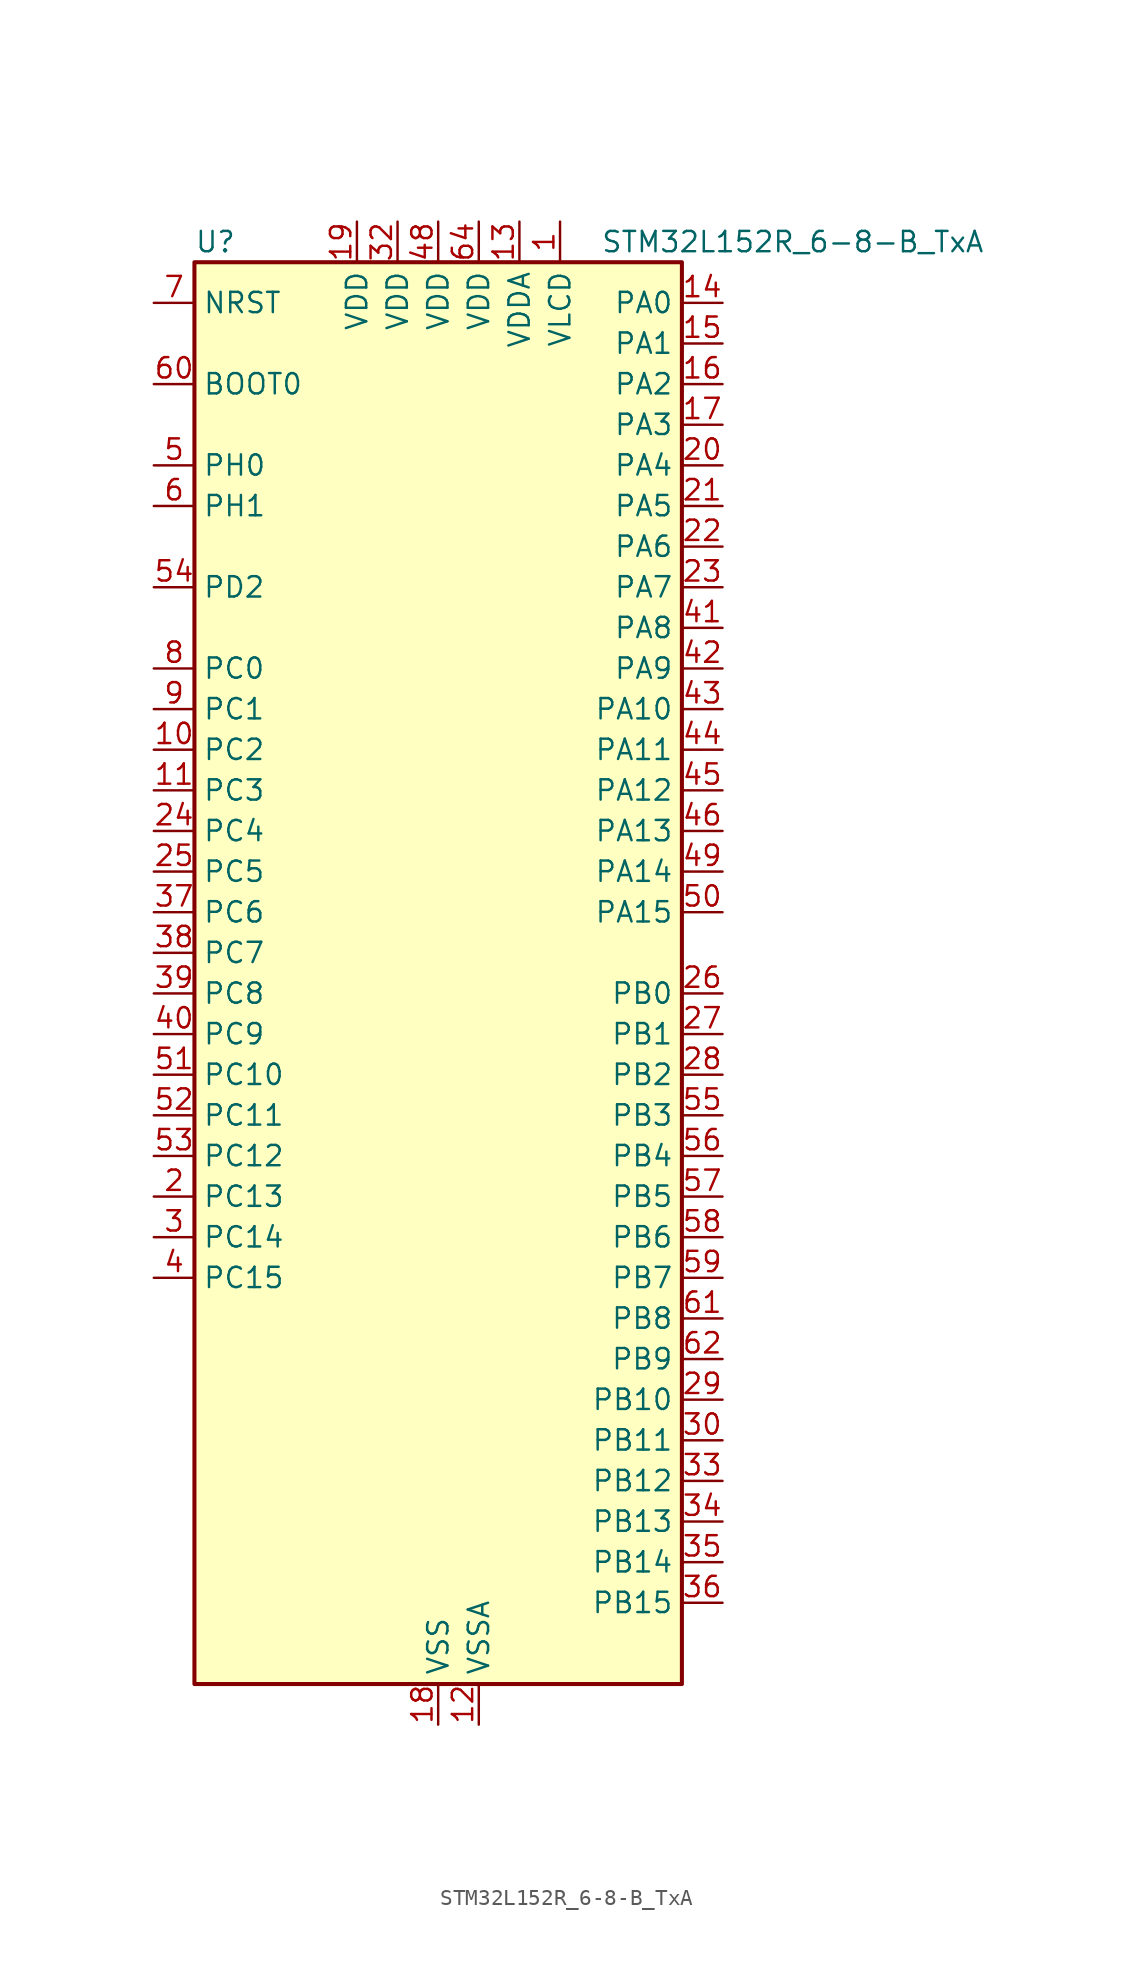
<source format=kicad_sym>
(kicad_symbol_lib
  (version 20231120)
  (generator "kicad_symbol_editor")
  (generator_version "8.0")
  (symbol "STM32L152R_6-8-B_TxA"
    (property "Reference" "U"
      (at -15.24 46.99 0)
      (effects (font (size 1.27 1.27)) (justify left)))
    (property "Value" "STM32L152R_6-8-B_TxA"
      (at 10.16 46.99 0)
      (effects (font (size 1.27 1.27)) (justify left)))
    (property "ki_locked" ""
      (at 0 0 0)
      (effects (font (size 1.27 1.27))))
    (symbol "STM32L152R_6-8-B_TxA_0_1"
      (rectangle (start -15.24 -43.18) (end 15.24 45.72) (stroke (width 0.254) (type default)) (fill (type background))))
    (symbol "STM32L152R_6-8-B_TxA_1_1"
      (pin power_in line (at 7.62 48.26 270) (length 2.54) (name "VLCD" (effects (font (size 1.27 1.27)))) (number "1" (effects (font (size 1.27 1.27)))))
      (pin bidirectional line (at -17.78 15.24 0) (length 2.54) (name "PC2" (effects (font (size 1.27 1.27)))) (number "10" (effects (font (size 1.27 1.27)))) (alternate "ADC_IN12" bidirectional line) (alternate "COMP1_INP" bidirectional line) (alternate "LCD_SEG20" bidirectional line) (alternate "TIMX_IC3" bidirectional line) (alternate "TS_G8_IO3" bidirectional line))
      (pin bidirectional line (at -17.78 12.7 0) (length 2.54) (name "PC3" (effects (font (size 1.27 1.27)))) (number "11" (effects (font (size 1.27 1.27)))) (alternate "ADC_IN13" bidirectional line) (alternate "COMP1_INP" bidirectional line) (alternate "LCD_SEG21" bidirectional line) (alternate "TIMX_IC4" bidirectional line) (alternate "TS_G8_IO4" bidirectional line))
      (pin power_in line (at 2.54 -45.72 90) (length 2.54) (name "VSSA" (effects (font (size 1.27 1.27)))) (number "12" (effects (font (size 1.27 1.27)))))
      (pin power_in line (at 5.08 48.26 270) (length 2.54) (name "VDDA" (effects (font (size 1.27 1.27)))) (number "13" (effects (font (size 1.27 1.27)))))
      (pin bidirectional line (at 17.78 43.18 180) (length 2.54) (name "PA0" (effects (font (size 1.27 1.27)))) (number "14" (effects (font (size 1.27 1.27)))) (alternate "ADC_IN0" bidirectional line) (alternate "COMP1_INP" bidirectional line) (alternate "RTC_TAMP2" bidirectional line) (alternate "SYS_WKUP1" bidirectional line) (alternate "TIM2_CH1" bidirectional line) (alternate "TIM2_ETR" bidirectional line) (alternate "TIMX_IC1" bidirectional line) (alternate "TS_G1_IO1" bidirectional line) (alternate "USART2_CTS" bidirectional line))
      (pin bidirectional line (at 17.78 40.64 180) (length 2.54) (name "PA1" (effects (font (size 1.27 1.27)))) (number "15" (effects (font (size 1.27 1.27)))) (alternate "ADC_IN1" bidirectional line) (alternate "COMP1_INP" bidirectional line) (alternate "LCD_SEG0" bidirectional line) (alternate "TIM2_CH2" bidirectional line) (alternate "TIMX_IC2" bidirectional line) (alternate "TS_G1_IO2" bidirectional line) (alternate "USART2_RTS" bidirectional line))
      (pin bidirectional line (at 17.78 38.1 180) (length 2.54) (name "PA2" (effects (font (size 1.27 1.27)))) (number "16" (effects (font (size 1.27 1.27)))) (alternate "ADC_IN2" bidirectional line) (alternate "COMP1_INP" bidirectional line) (alternate "LCD_SEG1" bidirectional line) (alternate "TIM2_CH3" bidirectional line) (alternate "TIM9_CH1" bidirectional line) (alternate "TIMX_IC3" bidirectional line) (alternate "TS_G1_IO3" bidirectional line) (alternate "USART2_TX" bidirectional line))
      (pin bidirectional line (at 17.78 35.56 180) (length 2.54) (name "PA3" (effects (font (size 1.27 1.27)))) (number "17" (effects (font (size 1.27 1.27)))) (alternate "ADC_IN3" bidirectional line) (alternate "COMP1_INP" bidirectional line) (alternate "LCD_SEG2" bidirectional line) (alternate "TIM2_CH4" bidirectional line) (alternate "TIM9_CH2" bidirectional line) (alternate "TIMX_IC4" bidirectional line) (alternate "TS_G1_IO4" bidirectional line) (alternate "USART2_RX" bidirectional line))
      (pin power_in line (at 0 -45.72 90) (length 2.54) (name "VSS" (effects (font (size 1.27 1.27)))) (number "18" (effects (font (size 1.27 1.27)))))
      (pin power_in line (at -5.08 48.26 270) (length 2.54) (name "VDD" (effects (font (size 1.27 1.27)))) (number "19" (effects (font (size 1.27 1.27)))))
      (pin bidirectional line (at -17.78 -12.7 0) (length 2.54) (name "PC13" (effects (font (size 1.27 1.27)))) (number "2" (effects (font (size 1.27 1.27)))) (alternate "RTC_OUT_ALARM" bidirectional line) (alternate "RTC_OUT_CALIB" bidirectional line) (alternate "RTC_TAMP1" bidirectional line) (alternate "RTC_TS" bidirectional line) (alternate "SYS_WKUP2" bidirectional line) (alternate "TIMX_IC2" bidirectional line))
      (pin bidirectional line (at 17.78 33.02 180) (length 2.54) (name "PA4" (effects (font (size 1.27 1.27)))) (number "20" (effects (font (size 1.27 1.27)))) (alternate "ADC_IN4" bidirectional line) (alternate "COMP1_INP" bidirectional line) (alternate "DAC_OUT1" bidirectional line) (alternate "SPI1_NSS" bidirectional line) (alternate "TIMX_IC1" bidirectional line) (alternate "USART2_CK" bidirectional line))
      (pin bidirectional line (at 17.78 30.48 180) (length 2.54) (name "PA5" (effects (font (size 1.27 1.27)))) (number "21" (effects (font (size 1.27 1.27)))) (alternate "ADC_IN5" bidirectional line) (alternate "COMP1_INP" bidirectional line) (alternate "DAC_OUT2" bidirectional line) (alternate "SPI1_SCK" bidirectional line) (alternate "TIM2_CH1" bidirectional line) (alternate "TIM2_ETR" bidirectional line) (alternate "TIMX_IC2" bidirectional line))
      (pin bidirectional line (at 17.78 27.94 180) (length 2.54) (name "PA6" (effects (font (size 1.27 1.27)))) (number "22" (effects (font (size 1.27 1.27)))) (alternate "ADC_IN6" bidirectional line) (alternate "COMP1_INP" bidirectional line) (alternate "LCD_SEG3" bidirectional line) (alternate "SPI1_MISO" bidirectional line) (alternate "TIM10_CH1" bidirectional line) (alternate "TIM3_CH1" bidirectional line) (alternate "TIMX_IC3" bidirectional line) (alternate "TS_G2_IO1" bidirectional line))
      (pin bidirectional line (at 17.78 25.4 180) (length 2.54) (name "PA7" (effects (font (size 1.27 1.27)))) (number "23" (effects (font (size 1.27 1.27)))) (alternate "ADC_IN7" bidirectional line) (alternate "COMP1_INP" bidirectional line) (alternate "LCD_SEG4" bidirectional line) (alternate "SPI1_MOSI" bidirectional line) (alternate "TIM11_CH1" bidirectional line) (alternate "TIM3_CH2" bidirectional line) (alternate "TIMX_IC4" bidirectional line) (alternate "TS_G2_IO2" bidirectional line))
      (pin bidirectional line (at -17.78 10.16 0) (length 2.54) (name "PC4" (effects (font (size 1.27 1.27)))) (number "24" (effects (font (size 1.27 1.27)))) (alternate "ADC_IN14" bidirectional line) (alternate "COMP1_INP" bidirectional line) (alternate "LCD_SEG22" bidirectional line) (alternate "TIMX_IC1" bidirectional line) (alternate "TS_G9_IO1" bidirectional line))
      (pin bidirectional line (at -17.78 7.62 0) (length 2.54) (name "PC5" (effects (font (size 1.27 1.27)))) (number "25" (effects (font (size 1.27 1.27)))) (alternate "ADC_IN15" bidirectional line) (alternate "COMP1_INP" bidirectional line) (alternate "LCD_SEG23" bidirectional line) (alternate "TIMX_IC2" bidirectional line) (alternate "TS_G9_IO2" bidirectional line))
      (pin bidirectional line (at 17.78 0 180) (length 2.54) (name "PB0" (effects (font (size 1.27 1.27)))) (number "26" (effects (font (size 1.27 1.27)))) (alternate "ADC_IN8" bidirectional line) (alternate "COMP1_INP" bidirectional line) (alternate "LCD_SEG5" bidirectional line) (alternate "SYS_V_REF_OUT" bidirectional line) (alternate "TIM3_CH3" bidirectional line) (alternate "TS_G3_IO1" bidirectional line))
      (pin bidirectional line (at 17.78 -2.54 180) (length 2.54) (name "PB1" (effects (font (size 1.27 1.27)))) (number "27" (effects (font (size 1.27 1.27)))) (alternate "ADC_IN9" bidirectional line) (alternate "COMP1_INP" bidirectional line) (alternate "LCD_SEG6" bidirectional line) (alternate "SYS_V_REF_OUT" bidirectional line) (alternate "TIM3_CH4" bidirectional line) (alternate "TS_G3_IO2" bidirectional line))
      (pin bidirectional line (at 17.78 -5.08 180) (length 2.54) (name "PB2" (effects (font (size 1.27 1.27)))) (number "28" (effects (font (size 1.27 1.27)))) (alternate "TS_G3_IO3" bidirectional line))
      (pin bidirectional line (at 17.78 -25.4 180) (length 2.54) (name "PB10" (effects (font (size 1.27 1.27)))) (number "29" (effects (font (size 1.27 1.27)))) (alternate "I2C2_SCL" bidirectional line) (alternate "LCD_SEG10" bidirectional line) (alternate "TIM2_CH3" bidirectional line) (alternate "USART3_TX" bidirectional line))
      (pin bidirectional line (at -17.78 -15.24 0) (length 2.54) (name "PC14" (effects (font (size 1.27 1.27)))) (number "3" (effects (font (size 1.27 1.27)))) (alternate "RCC_OSC32_IN" bidirectional line) (alternate "TIMX_IC3" bidirectional line))
      (pin bidirectional line (at 17.78 -27.94 180) (length 2.54) (name "PB11" (effects (font (size 1.27 1.27)))) (number "30" (effects (font (size 1.27 1.27)))) (alternate "ADC_EXTI11" bidirectional line) (alternate "I2C2_SDA" bidirectional line) (alternate "LCD_SEG11" bidirectional line) (alternate "TIM2_CH4" bidirectional line) (alternate "USART3_RX" bidirectional line))
      (pin passive line (at 0 -45.72 90) (length 2.54) hide (name "VSS" (effects (font (size 1.27 1.27)))) (number "31" (effects (font (size 1.27 1.27)))))
      (pin power_in line (at -2.54 48.26 270) (length 2.54) (name "VDD" (effects (font (size 1.27 1.27)))) (number "32" (effects (font (size 1.27 1.27)))))
      (pin bidirectional line (at 17.78 -30.48 180) (length 2.54) (name "PB12" (effects (font (size 1.27 1.27)))) (number "33" (effects (font (size 1.27 1.27)))) (alternate "ADC_IN18" bidirectional line) (alternate "COMP1_INP" bidirectional line) (alternate "I2C2_SMBA" bidirectional line) (alternate "LCD_SEG12" bidirectional line) (alternate "SPI2_NSS" bidirectional line) (alternate "TIM10_CH1" bidirectional line) (alternate "TS_G7_IO1" bidirectional line) (alternate "USART3_CK" bidirectional line))
      (pin bidirectional line (at 17.78 -33.02 180) (length 2.54) (name "PB13" (effects (font (size 1.27 1.27)))) (number "34" (effects (font (size 1.27 1.27)))) (alternate "ADC_IN19" bidirectional line) (alternate "COMP1_INP" bidirectional line) (alternate "LCD_SEG13" bidirectional line) (alternate "SPI2_SCK" bidirectional line) (alternate "TIM9_CH1" bidirectional line) (alternate "TS_G7_IO2" bidirectional line) (alternate "USART3_CTS" bidirectional line))
      (pin bidirectional line (at 17.78 -35.56 180) (length 2.54) (name "PB14" (effects (font (size 1.27 1.27)))) (number "35" (effects (font (size 1.27 1.27)))) (alternate "ADC_IN20" bidirectional line) (alternate "COMP1_INP" bidirectional line) (alternate "LCD_SEG14" bidirectional line) (alternate "SPI2_MISO" bidirectional line) (alternate "TIM9_CH2" bidirectional line) (alternate "TS_G7_IO3" bidirectional line) (alternate "USART3_RTS" bidirectional line))
      (pin bidirectional line (at 17.78 -38.1 180) (length 2.54) (name "PB15" (effects (font (size 1.27 1.27)))) (number "36" (effects (font (size 1.27 1.27)))) (alternate "ADC_EXTI15" bidirectional line) (alternate "ADC_IN21" bidirectional line) (alternate "COMP1_INP" bidirectional line) (alternate "LCD_SEG15" bidirectional line) (alternate "RTC_REFIN" bidirectional line) (alternate "SPI2_MOSI" bidirectional line) (alternate "TIM11_CH1" bidirectional line) (alternate "TS_G7_IO4" bidirectional line))
      (pin bidirectional line (at -17.78 5.08 0) (length 2.54) (name "PC6" (effects (font (size 1.27 1.27)))) (number "37" (effects (font (size 1.27 1.27)))) (alternate "LCD_SEG24" bidirectional line) (alternate "TIM3_CH1" bidirectional line) (alternate "TIMX_IC3" bidirectional line) (alternate "TS_G10_IO1" bidirectional line))
      (pin bidirectional line (at -17.78 2.54 0) (length 2.54) (name "PC7" (effects (font (size 1.27 1.27)))) (number "38" (effects (font (size 1.27 1.27)))) (alternate "LCD_SEG25" bidirectional line) (alternate "TIM3_CH2" bidirectional line) (alternate "TIMX_IC4" bidirectional line) (alternate "TS_G10_IO2" bidirectional line))
      (pin bidirectional line (at -17.78 0 0) (length 2.54) (name "PC8" (effects (font (size 1.27 1.27)))) (number "39" (effects (font (size 1.27 1.27)))) (alternate "LCD_SEG26" bidirectional line) (alternate "TIM3_CH3" bidirectional line) (alternate "TIMX_IC1" bidirectional line) (alternate "TS_G10_IO3" bidirectional line))
      (pin bidirectional line (at -17.78 -17.78 0) (length 2.54) (name "PC15" (effects (font (size 1.27 1.27)))) (number "4" (effects (font (size 1.27 1.27)))) (alternate "ADC_EXTI15" bidirectional line) (alternate "RCC_OSC32_OUT" bidirectional line) (alternate "TIMX_IC4" bidirectional line))
      (pin bidirectional line (at -17.78 -2.54 0) (length 2.54) (name "PC9" (effects (font (size 1.27 1.27)))) (number "40" (effects (font (size 1.27 1.27)))) (alternate "DAC_EXTI9" bidirectional line) (alternate "LCD_SEG27" bidirectional line) (alternate "TIM3_CH4" bidirectional line) (alternate "TIMX_IC2" bidirectional line) (alternate "TS_G10_IO4" bidirectional line))
      (pin bidirectional line (at 17.78 22.86 180) (length 2.54) (name "PA8" (effects (font (size 1.27 1.27)))) (number "41" (effects (font (size 1.27 1.27)))) (alternate "LCD_COM0" bidirectional line) (alternate "RCC_MCO" bidirectional line) (alternate "TIMX_IC1" bidirectional line) (alternate "TS_G4_IO1" bidirectional line) (alternate "USART1_CK" bidirectional line))
      (pin bidirectional line (at 17.78 20.32 180) (length 2.54) (name "PA9" (effects (font (size 1.27 1.27)))) (number "42" (effects (font (size 1.27 1.27)))) (alternate "DAC_EXTI9" bidirectional line) (alternate "LCD_COM1" bidirectional line) (alternate "TIMX_IC2" bidirectional line) (alternate "TS_G4_IO2" bidirectional line) (alternate "USART1_TX" bidirectional line))
      (pin bidirectional line (at 17.78 17.78 180) (length 2.54) (name "PA10" (effects (font (size 1.27 1.27)))) (number "43" (effects (font (size 1.27 1.27)))) (alternate "LCD_COM2" bidirectional line) (alternate "TIMX_IC3" bidirectional line) (alternate "TS_G4_IO3" bidirectional line) (alternate "USART1_RX" bidirectional line))
      (pin bidirectional line (at 17.78 15.24 180) (length 2.54) (name "PA11" (effects (font (size 1.27 1.27)))) (number "44" (effects (font (size 1.27 1.27)))) (alternate "ADC_EXTI11" bidirectional line) (alternate "SPI1_MISO" bidirectional line) (alternate "TIMX_IC4" bidirectional line) (alternate "USART1_CTS" bidirectional line) (alternate "USB_DM" bidirectional line))
      (pin bidirectional line (at 17.78 12.7 180) (length 2.54) (name "PA12" (effects (font (size 1.27 1.27)))) (number "45" (effects (font (size 1.27 1.27)))) (alternate "SPI1_MOSI" bidirectional line) (alternate "TIMX_IC1" bidirectional line) (alternate "USART1_RTS" bidirectional line) (alternate "USB_DP" bidirectional line))
      (pin bidirectional line (at 17.78 10.16 180) (length 2.54) (name "PA13" (effects (font (size 1.27 1.27)))) (number "46" (effects (font (size 1.27 1.27)))) (alternate "SYS_JTMS-SWDIO" bidirectional line) (alternate "TIMX_IC2" bidirectional line) (alternate "TS_G5_IO1" bidirectional line))
      (pin passive line (at 0 -45.72 90) (length 2.54) hide (name "VSS" (effects (font (size 1.27 1.27)))) (number "47" (effects (font (size 1.27 1.27)))))
      (pin power_in line (at 0 48.26 270) (length 2.54) (name "VDD" (effects (font (size 1.27 1.27)))) (number "48" (effects (font (size 1.27 1.27)))))
      (pin bidirectional line (at 17.78 7.62 180) (length 2.54) (name "PA14" (effects (font (size 1.27 1.27)))) (number "49" (effects (font (size 1.27 1.27)))) (alternate "SYS_JTCK-SWCLK" bidirectional line) (alternate "TIMX_IC3" bidirectional line) (alternate "TS_G5_IO2" bidirectional line))
      (pin bidirectional line (at -17.78 33.02 0) (length 2.54) (name "PH0" (effects (font (size 1.27 1.27)))) (number "5" (effects (font (size 1.27 1.27)))) (alternate "RCC_OSC_IN" bidirectional line))
      (pin bidirectional line (at 17.78 5.08 180) (length 2.54) (name "PA15" (effects (font (size 1.27 1.27)))) (number "50" (effects (font (size 1.27 1.27)))) (alternate "ADC_EXTI15" bidirectional line) (alternate "LCD_SEG17" bidirectional line) (alternate "SPI1_NSS" bidirectional line) (alternate "SYS_JTDI" bidirectional line) (alternate "TIM2_CH1" bidirectional line) (alternate "TIM2_ETR" bidirectional line) (alternate "TIMX_IC4" bidirectional line) (alternate "TS_G5_IO3" bidirectional line))
      (pin bidirectional line (at -17.78 -5.08 0) (length 2.54) (name "PC10" (effects (font (size 1.27 1.27)))) (number "51" (effects (font (size 1.27 1.27)))) (alternate "LCD_COM4" bidirectional line) (alternate "LCD_SEG28" bidirectional line) (alternate "LCD_SEG40" bidirectional line) (alternate "TIMX_IC3" bidirectional line) (alternate "USART3_TX" bidirectional line))
      (pin bidirectional line (at -17.78 -7.62 0) (length 2.54) (name "PC11" (effects (font (size 1.27 1.27)))) (number "52" (effects (font (size 1.27 1.27)))) (alternate "ADC_EXTI11" bidirectional line) (alternate "LCD_COM5" bidirectional line) (alternate "LCD_SEG29" bidirectional line) (alternate "LCD_SEG41" bidirectional line) (alternate "TIMX_IC4" bidirectional line) (alternate "USART3_RX" bidirectional line))
      (pin bidirectional line (at -17.78 -10.16 0) (length 2.54) (name "PC12" (effects (font (size 1.27 1.27)))) (number "53" (effects (font (size 1.27 1.27)))) (alternate "LCD_COM6" bidirectional line) (alternate "LCD_SEG30" bidirectional line) (alternate "LCD_SEG42" bidirectional line) (alternate "TIMX_IC1" bidirectional line) (alternate "USART3_CK" bidirectional line))
      (pin bidirectional line (at -17.78 25.4 0) (length 2.54) (name "PD2" (effects (font (size 1.27 1.27)))) (number "54" (effects (font (size 1.27 1.27)))) (alternate "LCD_COM7" bidirectional line) (alternate "LCD_SEG31" bidirectional line) (alternate "LCD_SEG43" bidirectional line) (alternate "TIM3_ETR" bidirectional line) (alternate "TIMX_IC3" bidirectional line))
      (pin bidirectional line (at 17.78 -7.62 180) (length 2.54) (name "PB3" (effects (font (size 1.27 1.27)))) (number "55" (effects (font (size 1.27 1.27)))) (alternate "COMP2_INM" bidirectional line) (alternate "LCD_SEG7" bidirectional line) (alternate "SPI1_SCK" bidirectional line) (alternate "SYS_JTDO-TRACESWO" bidirectional line) (alternate "TIM2_CH2" bidirectional line))
      (pin bidirectional line (at 17.78 -10.16 180) (length 2.54) (name "PB4" (effects (font (size 1.27 1.27)))) (number "56" (effects (font (size 1.27 1.27)))) (alternate "COMP2_INP" bidirectional line) (alternate "LCD_SEG8" bidirectional line) (alternate "SPI1_MISO" bidirectional line) (alternate "SYS_JTRST" bidirectional line) (alternate "TIM3_CH1" bidirectional line) (alternate "TS_G6_IO1" bidirectional line))
      (pin bidirectional line (at 17.78 -12.7 180) (length 2.54) (name "PB5" (effects (font (size 1.27 1.27)))) (number "57" (effects (font (size 1.27 1.27)))) (alternate "COMP2_INP" bidirectional line) (alternate "I2C1_SMBA" bidirectional line) (alternate "LCD_SEG9" bidirectional line) (alternate "SPI1_MOSI" bidirectional line) (alternate "TIM3_CH2" bidirectional line) (alternate "TS_G6_IO2" bidirectional line))
      (pin bidirectional line (at 17.78 -15.24 180) (length 2.54) (name "PB6" (effects (font (size 1.27 1.27)))) (number "58" (effects (font (size 1.27 1.27)))) (alternate "I2C1_SCL" bidirectional line) (alternate "TIM4_CH1" bidirectional line) (alternate "TS_G6_IO3" bidirectional line) (alternate "USART1_TX" bidirectional line))
      (pin bidirectional line (at 17.78 -17.78 180) (length 2.54) (name "PB7" (effects (font (size 1.27 1.27)))) (number "59" (effects (font (size 1.27 1.27)))) (alternate "I2C1_SDA" bidirectional line) (alternate "SYS_PVD_IN" bidirectional line) (alternate "TIM4_CH2" bidirectional line) (alternate "TS_G6_IO4" bidirectional line) (alternate "USART1_RX" bidirectional line))
      (pin bidirectional line (at -17.78 30.48 0) (length 2.54) (name "PH1" (effects (font (size 1.27 1.27)))) (number "6" (effects (font (size 1.27 1.27)))) (alternate "RCC_OSC_OUT" bidirectional line))
      (pin input line (at -17.78 38.1 0) (length 2.54) (name "BOOT0" (effects (font (size 1.27 1.27)))) (number "60" (effects (font (size 1.27 1.27)))))
      (pin bidirectional line (at 17.78 -20.32 180) (length 2.54) (name "PB8" (effects (font (size 1.27 1.27)))) (number "61" (effects (font (size 1.27 1.27)))) (alternate "I2C1_SCL" bidirectional line) (alternate "LCD_SEG16" bidirectional line) (alternate "TIM10_CH1" bidirectional line) (alternate "TIM4_CH3" bidirectional line))
      (pin bidirectional line (at 17.78 -22.86 180) (length 2.54) (name "PB9" (effects (font (size 1.27 1.27)))) (number "62" (effects (font (size 1.27 1.27)))) (alternate "DAC_EXTI9" bidirectional line) (alternate "I2C1_SDA" bidirectional line) (alternate "LCD_COM3" bidirectional line) (alternate "TIM11_CH1" bidirectional line) (alternate "TIM4_CH4" bidirectional line))
      (pin passive line (at 0 -45.72 90) (length 2.54) hide (name "VSS" (effects (font (size 1.27 1.27)))) (number "63" (effects (font (size 1.27 1.27)))))
      (pin power_in line (at 2.54 48.26 270) (length 2.54) (name "VDD" (effects (font (size 1.27 1.27)))) (number "64" (effects (font (size 1.27 1.27)))))
      (pin input line (at -17.78 43.18 0) (length 2.54) (name "NRST" (effects (font (size 1.27 1.27)))) (number "7" (effects (font (size 1.27 1.27)))))
      (pin bidirectional line (at -17.78 20.32 0) (length 2.54) (name "PC0" (effects (font (size 1.27 1.27)))) (number "8" (effects (font (size 1.27 1.27)))) (alternate "ADC_IN10" bidirectional line) (alternate "COMP1_INP" bidirectional line) (alternate "LCD_SEG18" bidirectional line) (alternate "TIMX_IC1" bidirectional line) (alternate "TS_G8_IO1" bidirectional line))
      (pin bidirectional line (at -17.78 17.78 0) (length 2.54) (name "PC1" (effects (font (size 1.27 1.27)))) (number "9" (effects (font (size 1.27 1.27)))) (alternate "ADC_IN11" bidirectional line) (alternate "COMP1_INP" bidirectional line) (alternate "LCD_SEG19" bidirectional line) (alternate "TIMX_IC2" bidirectional line) (alternate "TS_G8_IO2" bidirectional line)))))
</source>
